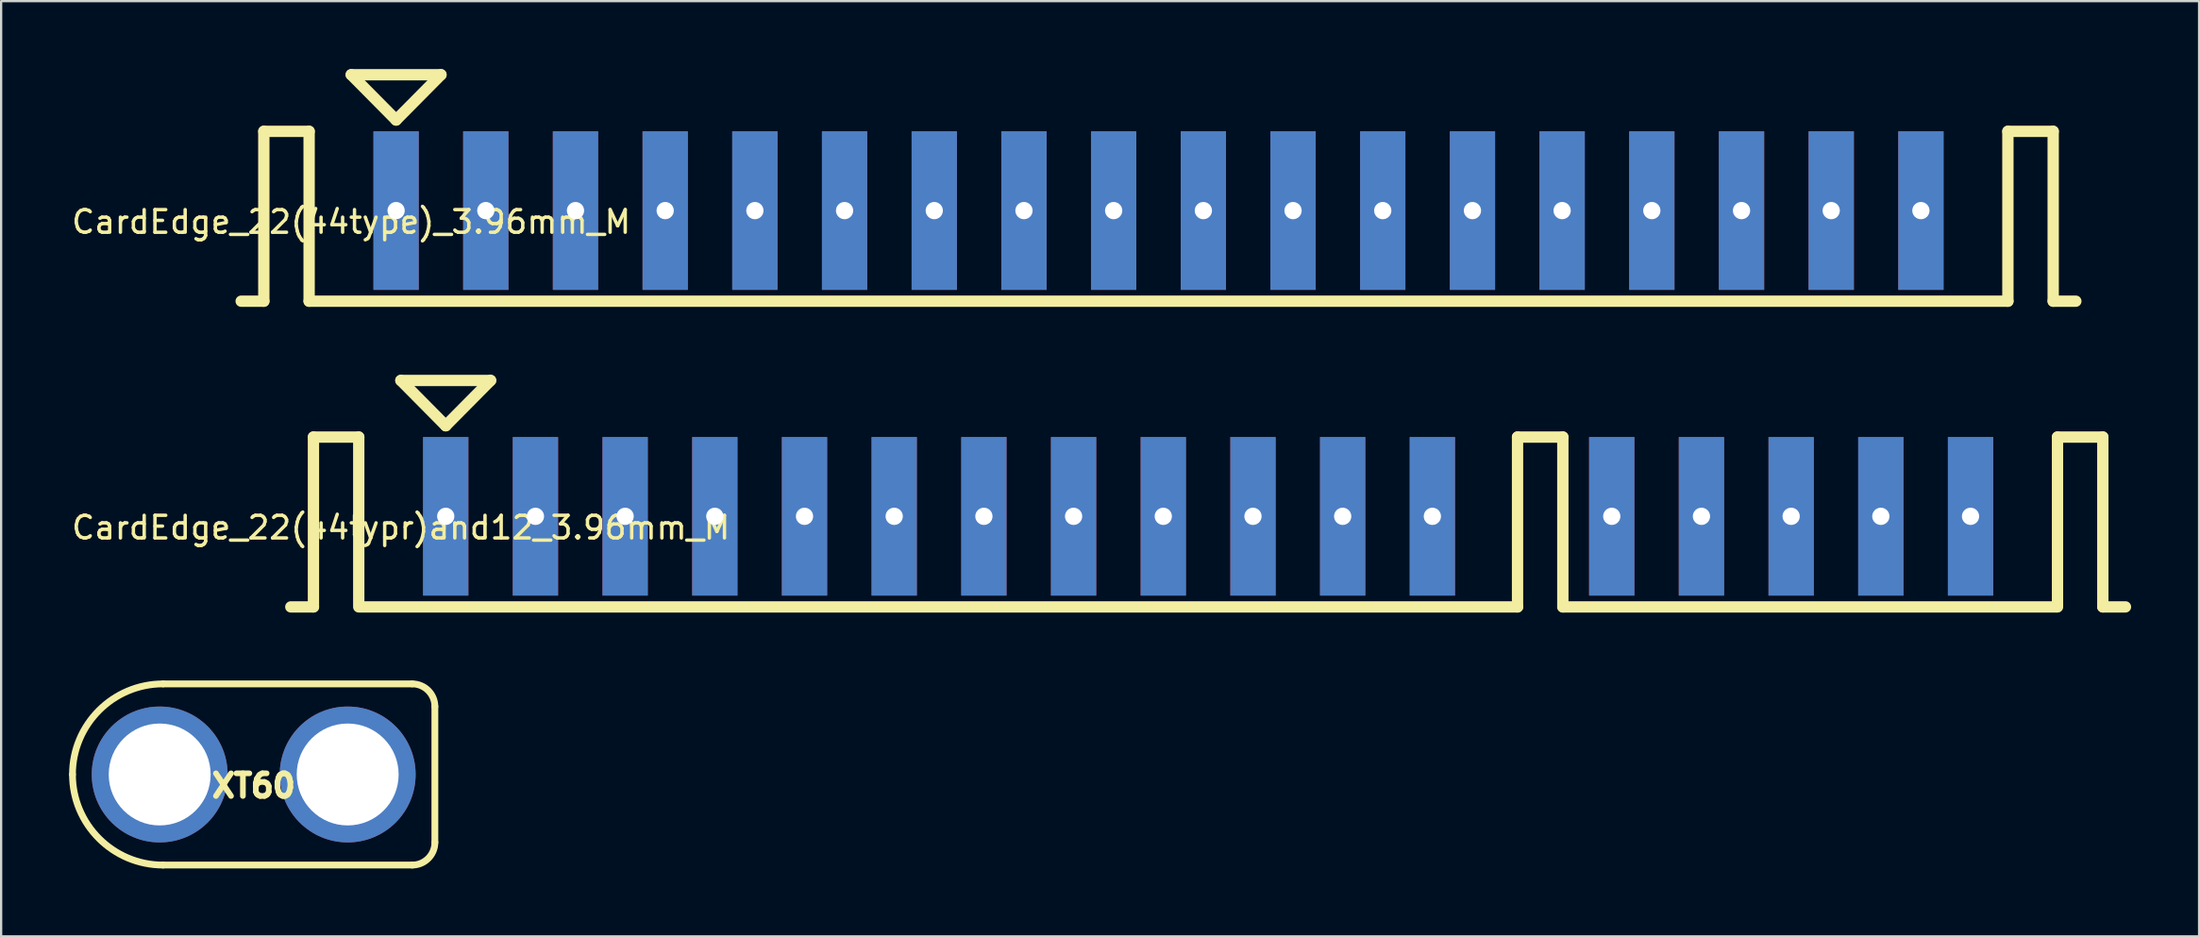
<source format=kicad_pcb>
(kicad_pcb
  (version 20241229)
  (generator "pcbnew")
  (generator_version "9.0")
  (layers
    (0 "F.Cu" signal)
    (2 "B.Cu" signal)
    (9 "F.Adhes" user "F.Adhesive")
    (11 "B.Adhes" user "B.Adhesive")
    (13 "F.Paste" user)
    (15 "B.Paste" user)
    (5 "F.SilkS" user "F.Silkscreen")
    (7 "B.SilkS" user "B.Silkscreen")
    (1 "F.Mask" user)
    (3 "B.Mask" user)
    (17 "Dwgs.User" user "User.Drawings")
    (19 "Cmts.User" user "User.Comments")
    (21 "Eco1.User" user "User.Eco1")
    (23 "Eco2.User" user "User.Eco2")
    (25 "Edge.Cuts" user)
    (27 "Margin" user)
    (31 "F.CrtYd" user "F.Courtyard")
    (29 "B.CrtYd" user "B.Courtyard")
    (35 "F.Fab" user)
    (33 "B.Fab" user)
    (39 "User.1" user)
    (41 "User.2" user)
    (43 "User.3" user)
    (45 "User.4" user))
  (footprint "CardEdge_22(44typr)and12_3.96mm_M"
    (layer "F.Cu")
    (at 34.449 23.75)
    (property "Reference" "CardEdge_22(44typr)and12_3.96mm_M" (at -19.8 -3.5 0) (layer "F.SilkS") (effects (font (size 1 1) (thickness 0.15))))
    (attr through_hole)
    (fp_line (start -24.66 0) (end -23.66 0) (stroke (width 0.5) (type solid)) (layer "F.SilkS"))
    (fp_line (start -23.66 -7.5) (end -23.66 0) (stroke (width 0.5) (type solid)) (layer "F.SilkS"))
    (fp_line (start -23.66 -7.5) (end -21.66 -7.5) (stroke (width 0.5) (type solid)) (layer "F.SilkS"))
    (fp_line (start -21.66 -7.5) (end -21.66 0) (stroke (width 0.5) (type solid)) (layer "F.SilkS"))
    (fp_line (start -19.8 -10) (end -15.84 -10) (stroke (width 0.5) (type solid)) (layer "F.SilkS"))
    (fp_line (start -17.82 -8) (end -19.8 -10) (stroke (width 0.5) (type solid)) (layer "F.SilkS"))
    (fp_line (start -17.82 -8) (end -15.84 -10) (stroke (width 0.5) (type solid)) (layer "F.SilkS"))
    (fp_line (start 29.5 0) (end -21.6 0) (stroke (width 0.5) (type solid)) (layer "F.SilkS"))
    (fp_line (start 29.5 0) (end 29.5 -7.5) (stroke (width 0.5) (type solid)) (layer "F.SilkS"))
    (fp_line (start 31.5 -7.5) (end 29.5 -7.5) (stroke (width 0.5) (type solid)) (layer "F.SilkS"))
    (fp_line (start 31.5 -7.5) (end 31.5 0) (stroke (width 0.5) (type solid)) (layer "F.SilkS"))
    (fp_line (start 53.3 0) (end 31.5 0) (stroke (width 0.5) (type solid)) (layer "F.SilkS"))
    (fp_line (start 53.34 -7.5) (end 53.34 0) (stroke (width 0.5) (type solid)) (layer "F.SilkS"))
    (fp_line (start 53.34 -7.5) (end 55.34 -7.5) (stroke (width 0.5) (type solid)) (layer "F.SilkS"))
    (fp_line (start 55.34 -7.5) (end 55.34 0) (stroke (width 0.5) (type solid)) (layer "F.SilkS"))
    (fp_line (start 55.34 0) (end 56.34 0) (stroke (width 0.5) (type solid)) (layer "F.SilkS"))
    (pad "1" thru_hole rect (at -17.82 -4) (size 2 7) (drill 0.762) (layers "*.Cu" "*.Mask"))
    (pad "2" thru_hole rect (at -13.86 -4) (size 2 7) (drill 0.762) (layers "*.Cu" "*.Mask"))
    (pad "3" thru_hole rect (at -9.9 -4) (size 2 7) (drill 0.762) (layers "*.Cu" "*.Mask"))
    (pad "4" thru_hole rect (at -5.94 -4) (size 2 7) (drill 0.762) (layers "*.Cu" "*.Mask"))
    (pad "5" thru_hole rect (at -1.98 -4) (size 2 7) (drill 0.762) (layers "*.Cu" "*.Mask"))
    (pad "6" thru_hole rect (at 1.98 -4) (size 2 7) (drill 0.762) (layers "*.Cu" "*.Mask"))
    (pad "7" thru_hole rect (at 5.94 -4) (size 2 7) (drill 0.762) (layers "*.Cu" "*.Mask"))
    (pad "8" thru_hole rect (at 9.9 -4) (size 2 7) (drill 0.762) (layers "*.Cu" "*.Mask"))
    (pad "9" thru_hole rect (at 13.86 -4) (size 2 7) (drill 0.762) (layers "*.Cu" "*.Mask"))
    (pad "10" thru_hole rect (at 17.82 -4) (size 2 7) (drill 0.762) (layers "*.Cu" "*.Mask"))
    (pad "11" thru_hole rect (at 21.78 -4) (size 2 7) (drill 0.762) (layers "*.Cu" "*.Mask"))
    (pad "12" thru_hole rect (at 25.74 -4) (size 2 7) (drill 0.762) (layers "*.Cu" "*.Mask"))
    (pad "14" thru_hole rect (at 33.66 -4) (size 2 7) (drill 0.762) (layers "*.Cu" "*.Mask"))
    (pad "15" thru_hole rect (at 37.62 -4) (size 2 7) (drill 0.762) (layers "*.Cu" "*.Mask"))
    (pad "16" thru_hole rect (at 41.58 -4) (size 2 7) (drill 0.762) (layers "*.Cu" "*.Mask"))
    (pad "17" thru_hole rect (at 45.54 -4) (size 2 7) (drill 0.762) (layers "*.Cu" "*.Mask"))
    (pad "18" thru_hole rect (at 49.5 -4) (size 2 7) (drill 0.762) (layers "*.Cu" "*.Mask")))
  (footprint "CardEdge_22(44type)_3.96mm_M"
    (layer "F.Cu")
    (at 48.098 10.25)
    (property "Reference" "CardEdge_22(44type)_3.96mm_M" (at -35.64 -3.5 0) (layer "F.SilkS") (effects (font (size 1 1) (thickness 0.15))))
    (attr through_hole)
    (fp_line (start -40.5 0) (end -39.5 0) (stroke (width 0.5) (type solid)) (layer "F.SilkS"))
    (fp_line (start -39.5 -7.5) (end -39.5 0) (stroke (width 0.5) (type solid)) (layer "F.SilkS"))
    (fp_line (start -39.5 -7.5) (end -37.5 -7.5) (stroke (width 0.5) (type solid)) (layer "F.SilkS"))
    (fp_line (start -37.5 -7.5) (end -37.5 0) (stroke (width 0.5) (type solid)) (layer "F.SilkS"))
    (fp_line (start -37.5 0) (end 37.5 0) (stroke (width 0.5) (type solid)) (layer "F.SilkS"))
    (fp_line (start -35.64 -10) (end -31.68 -10) (stroke (width 0.5) (type solid)) (layer "F.SilkS"))
    (fp_line (start -33.66 -8) (end -35.64 -10) (stroke (width 0.5) (type solid)) (layer "F.SilkS"))
    (fp_line (start -33.66 -8) (end -31.68 -10) (stroke (width 0.5) (type solid)) (layer "F.SilkS"))
    (fp_line (start 37.5 -7.5) (end 37.5 0) (stroke (width 0.5) (type solid)) (layer "F.SilkS"))
    (fp_line (start 37.5 -7.5) (end 39.5 -7.5) (stroke (width 0.5) (type solid)) (layer "F.SilkS"))
    (fp_line (start 39.5 -7.5) (end 39.5 0) (stroke (width 0.5) (type solid)) (layer "F.SilkS"))
    (fp_line (start 39.5 0) (end 40.5 0) (stroke (width 0.5) (type solid)) (layer "F.SilkS"))
    (pad "1" thru_hole rect (at -33.66 -4) (size 2 7) (drill 0.762) (layers "*.Cu" "*.Mask"))
    (pad "2" thru_hole rect (at -29.7 -4) (size 2 7) (drill 0.762) (layers "*.Cu" "*.Mask"))
    (pad "3" thru_hole rect (at -25.74 -4) (size 2 7) (drill 0.762) (layers "*.Cu" "*.Mask"))
    (pad "4" thru_hole rect (at -21.78 -4) (size 2 7) (drill 0.762) (layers "*.Cu" "*.Mask"))
    (pad "5" thru_hole rect (at -17.82 -4) (size 2 7) (drill 0.762) (layers "*.Cu" "*.Mask"))
    (pad "6" thru_hole rect (at -13.86 -4) (size 2 7) (drill 0.762) (layers "*.Cu" "*.Mask"))
    (pad "7" thru_hole rect (at -9.9 -4) (size 2 7) (drill 0.762) (layers "*.Cu" "*.Mask"))
    (pad "8" thru_hole rect (at -5.94 -4) (size 2 7) (drill 0.762) (layers "*.Cu" "*.Mask"))
    (pad "9" thru_hole rect (at -1.98 -4) (size 2 7) (drill 0.762) (layers "*.Cu" "*.Mask"))
    (pad "10" thru_hole rect (at 1.98 -4) (size 2 7) (drill 0.762) (layers "*.Cu" "*.Mask"))
    (pad "11" thru_hole rect (at 5.94 -4) (size 2 7) (drill 0.762) (layers "*.Cu" "*.Mask"))
    (pad "12" thru_hole rect (at 9.9 -4) (size 2 7) (drill 0.762) (layers "*.Cu" "*.Mask"))
    (pad "13" thru_hole rect (at 13.86 -4) (size 2 7) (drill 0.762) (layers "*.Cu" "*.Mask"))
    (pad "14" thru_hole rect (at 17.82 -4) (size 2 7) (drill 0.762) (layers "*.Cu" "*.Mask"))
    (pad "15" thru_hole rect (at 21.78 -4) (size 2 7) (drill 0.762) (layers "*.Cu" "*.Mask"))
    (pad "16" thru_hole rect (at 25.74 -4) (size 2 7) (drill 0.762) (layers "*.Cu" "*.Mask"))
    (pad "17" thru_hole rect (at 29.7 -4) (size 2 7) (drill 0.762) (layers "*.Cu" "*.Mask"))
    (pad "18" thru_hole rect (at 33.66 -4) (size 2 7) (drill 0.762) (layers "*.Cu" "*.Mask")))
  (footprint "XT60"
    (layer "F.Cu")
    (at 8.15 31.15)
    (property "Reference" "XT60" (at 0 0.5 0) (layer "F.SilkS") (effects (font (size 1 1) (thickness 0.3))))
    (attr through_hole)
    (fp_line (start -4 -4) (end 7 -4) (stroke (width 0.3) (type solid)) (layer "F.SilkS"))
    (fp_line (start 7 4) (end -4 4) (stroke (width 0.3) (type solid)) (layer "F.SilkS"))
    (fp_line (start 8 -3) (end 8 3) (stroke (width 0.3) (type solid)) (layer "F.SilkS"))
    (fp_arc (start -8 0) (mid -6.828427 -2.828427) (end -4 -4) (stroke (width 0.3) (type solid)) (layer "F.SilkS"))
    (fp_arc (start -4 4) (mid -6.828427 2.828427) (end -8 0) (stroke (width 0.3) (type solid)) (layer "F.SilkS"))
    (fp_arc (start 7 -4) (mid 7.707107 -3.707107) (end 8 -3) (stroke (width 0.3) (type solid)) (layer "F.SilkS"))
    (fp_arc (start 8 3) (mid 7.707107 3.707107) (end 7 4) (stroke (width 0.3) (type solid)) (layer "F.SilkS"))
    (pad "1" thru_hole circle (at -4.15 0) (size 6 6) (drill 4.5) (layers "*.Cu" "*.Mask"))
    (pad "2" thru_hole circle (at 4.15 0) (size 6 6) (drill 4.5) (layers "*.Cu" "*.Mask")))
  (gr_rect
    (start -3 -3)
    (end 94.039 38.3)
    (stroke (width 0.1) (type default))
    (fill no)
    (layer "Edge.Cuts")))
</source>
